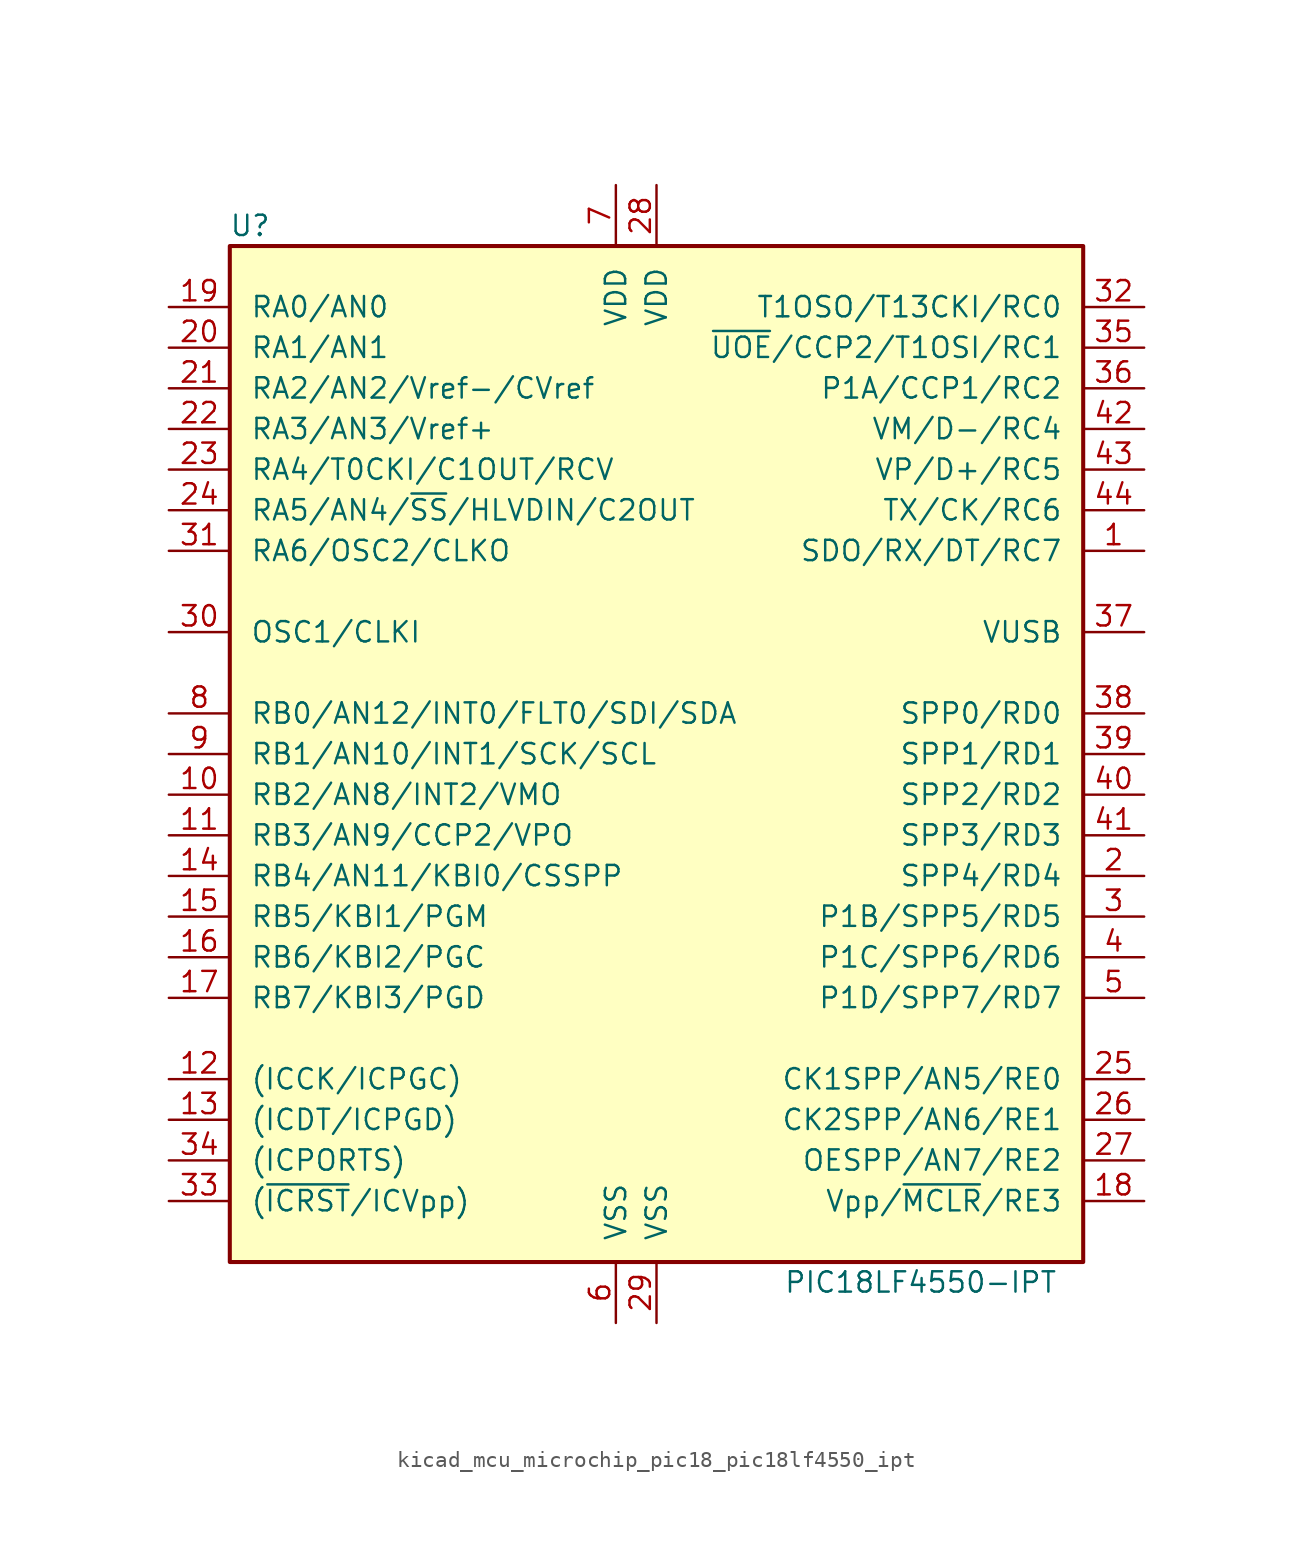
<source format=kicad_sym>
(kicad_symbol_lib
  (version 20220914)
  (generator kicad_symbol_editor)
  (symbol "kicad_mcu_microchip_pic18_pic18lf4550_ipt"
    (pin_names
      (offset 1.27))
    (property "Reference" "U"
      (at -25.4 33.02 0)
      (effects (font (size 1.27 1.27))))
    (property "Value" "PIC18LF4550-IPT"
      (at 16.51 -33.02 0)
      (effects (font (size 1.27 1.27))))
    (symbol "kicad_mcu_microchip_pic18_pic18lf4550_ipt_0_1"
      (rectangle (start -26.67 31.75) (end 26.67 -31.75) (stroke (width 0.254) (type default)) (fill (type background))))
    (symbol "kicad_mcu_microchip_pic18_pic18lf4550_ipt_1_1"
      (pin bidirectional line (at 30.48 12.7 180) (length 3.81) (name "SDO/RX/DT/RC7" (effects (font (size 1.27 1.27)))) (number "1" (effects (font (size 1.27 1.27)))))
      (pin bidirectional line (at -30.48 -2.54 0) (length 3.81) (name "RB2/AN8/INT2/VMO" (effects (font (size 1.27 1.27)))) (number "10" (effects (font (size 1.27 1.27)))))
      (pin bidirectional line (at -30.48 -5.08 0) (length 3.81) (name "RB3/AN9/CCP2/VPO" (effects (font (size 1.27 1.27)))) (number "11" (effects (font (size 1.27 1.27)))))
      (pin bidirectional line (at -30.48 -20.32 0) (length 3.81) (name "(ICCK/ICPGC)" (effects (font (size 1.27 1.27)))) (number "12" (effects (font (size 1.27 1.27)))))
      (pin bidirectional line (at -30.48 -22.86 0) (length 3.81) (name "(ICDT/ICPGD)" (effects (font (size 1.27 1.27)))) (number "13" (effects (font (size 1.27 1.27)))))
      (pin bidirectional line (at -30.48 -7.62 0) (length 3.81) (name "RB4/AN11/KBI0/CSSPP" (effects (font (size 1.27 1.27)))) (number "14" (effects (font (size 1.27 1.27)))))
      (pin bidirectional line (at -30.48 -10.16 0) (length 3.81) (name "RB5/KBI1/PGM" (effects (font (size 1.27 1.27)))) (number "15" (effects (font (size 1.27 1.27)))))
      (pin bidirectional line (at -30.48 -12.7 0) (length 3.81) (name "RB6/KBI2/PGC" (effects (font (size 1.27 1.27)))) (number "16" (effects (font (size 1.27 1.27)))))
      (pin bidirectional line (at -30.48 -15.24 0) (length 3.81) (name "RB7/KBI3/PGD" (effects (font (size 1.27 1.27)))) (number "17" (effects (font (size 1.27 1.27)))))
      (pin input line (at 30.48 -27.94 180) (length 3.81) (name "Vpp/~{MCLR}/RE3" (effects (font (size 1.27 1.27)))) (number "18" (effects (font (size 1.27 1.27)))))
      (pin bidirectional line (at -30.48 27.94 0) (length 3.81) (name "RA0/AN0" (effects (font (size 1.27 1.27)))) (number "19" (effects (font (size 1.27 1.27)))))
      (pin bidirectional line (at 30.48 -7.62 180) (length 3.81) (name "SPP4/RD4" (effects (font (size 1.27 1.27)))) (number "2" (effects (font (size 1.27 1.27)))))
      (pin bidirectional line (at -30.48 25.4 0) (length 3.81) (name "RA1/AN1" (effects (font (size 1.27 1.27)))) (number "20" (effects (font (size 1.27 1.27)))))
      (pin bidirectional line (at -30.48 22.86 0) (length 3.81) (name "RA2/AN2/Vref-/CVref" (effects (font (size 1.27 1.27)))) (number "21" (effects (font (size 1.27 1.27)))))
      (pin bidirectional line (at -30.48 20.32 0) (length 3.81) (name "RA3/AN3/Vref+" (effects (font (size 1.27 1.27)))) (number "22" (effects (font (size 1.27 1.27)))))
      (pin bidirectional line (at -30.48 17.78 0) (length 3.81) (name "RA4/T0CKI/C1OUT/RCV" (effects (font (size 1.27 1.27)))) (number "23" (effects (font (size 1.27 1.27)))))
      (pin bidirectional line (at -30.48 15.24 0) (length 3.81) (name "RA5/AN4/~{SS}/HLVDIN/C2OUT" (effects (font (size 1.27 1.27)))) (number "24" (effects (font (size 1.27 1.27)))))
      (pin bidirectional line (at 30.48 -20.32 180) (length 3.81) (name "CK1SPP/AN5/RE0" (effects (font (size 1.27 1.27)))) (number "25" (effects (font (size 1.27 1.27)))))
      (pin bidirectional line (at 30.48 -22.86 180) (length 3.81) (name "CK2SPP/AN6/RE1" (effects (font (size 1.27 1.27)))) (number "26" (effects (font (size 1.27 1.27)))))
      (pin bidirectional line (at 30.48 -25.4 180) (length 3.81) (name "OESPP/AN7/RE2" (effects (font (size 1.27 1.27)))) (number "27" (effects (font (size 1.27 1.27)))))
      (pin power_in line (at 0 35.56 270) (length 3.81) (name "VDD" (effects (font (size 1.27 1.27)))) (number "28" (effects (font (size 1.27 1.27)))))
      (pin power_in line (at 0 -35.56 90) (length 3.81) (name "VSS" (effects (font (size 1.27 1.27)))) (number "29" (effects (font (size 1.27 1.27)))))
      (pin bidirectional line (at 30.48 -10.16 180) (length 3.81) (name "P1B/SPP5/RD5" (effects (font (size 1.27 1.27)))) (number "3" (effects (font (size 1.27 1.27)))))
      (pin input line (at -30.48 7.62 0) (length 3.81) (name "OSC1/CLKI" (effects (font (size 1.27 1.27)))) (number "30" (effects (font (size 1.27 1.27)))))
      (pin output line (at -30.48 12.7 0) (length 3.81) (name "RA6/OSC2/CLKO" (effects (font (size 1.27 1.27)))) (number "31" (effects (font (size 1.27 1.27)))))
      (pin bidirectional line (at 30.48 27.94 180) (length 3.81) (name "T1OSO/T13CKI/RC0" (effects (font (size 1.27 1.27)))) (number "32" (effects (font (size 1.27 1.27)))))
      (pin input line (at -30.48 -27.94 0) (length 3.81) (name "(~{ICRST}/ICVpp)" (effects (font (size 1.27 1.27)))) (number "33" (effects (font (size 1.27 1.27)))))
      (pin bidirectional line (at -30.48 -25.4 0) (length 3.81) (name "(ICPORTS)" (effects (font (size 1.27 1.27)))) (number "34" (effects (font (size 1.27 1.27)))))
      (pin bidirectional line (at 30.48 25.4 180) (length 3.81) (name "~{UOE}/CCP2/T1OSI/RC1" (effects (font (size 1.27 1.27)))) (number "35" (effects (font (size 1.27 1.27)))))
      (pin bidirectional line (at 30.48 22.86 180) (length 3.81) (name "P1A/CCP1/RC2" (effects (font (size 1.27 1.27)))) (number "36" (effects (font (size 1.27 1.27)))))
      (pin bidirectional line (at 30.48 7.62 180) (length 3.81) (name "VUSB" (effects (font (size 1.27 1.27)))) (number "37" (effects (font (size 1.27 1.27)))))
      (pin bidirectional line (at 30.48 2.54 180) (length 3.81) (name "SPP0/RD0" (effects (font (size 1.27 1.27)))) (number "38" (effects (font (size 1.27 1.27)))))
      (pin bidirectional line (at 30.48 0 180) (length 3.81) (name "SPP1/RD1" (effects (font (size 1.27 1.27)))) (number "39" (effects (font (size 1.27 1.27)))))
      (pin bidirectional line (at 30.48 -12.7 180) (length 3.81) (name "P1C/SPP6/RD6" (effects (font (size 1.27 1.27)))) (number "4" (effects (font (size 1.27 1.27)))))
      (pin bidirectional line (at 30.48 -2.54 180) (length 3.81) (name "SPP2/RD2" (effects (font (size 1.27 1.27)))) (number "40" (effects (font (size 1.27 1.27)))))
      (pin bidirectional line (at 30.48 -5.08 180) (length 3.81) (name "SPP3/RD3" (effects (font (size 1.27 1.27)))) (number "41" (effects (font (size 1.27 1.27)))))
      (pin bidirectional line (at 30.48 20.32 180) (length 3.81) (name "VM/D-/RC4" (effects (font (size 1.27 1.27)))) (number "42" (effects (font (size 1.27 1.27)))))
      (pin bidirectional line (at 30.48 17.78 180) (length 3.81) (name "VP/D+/RC5" (effects (font (size 1.27 1.27)))) (number "43" (effects (font (size 1.27 1.27)))))
      (pin bidirectional line (at 30.48 15.24 180) (length 3.81) (name "TX/CK/RC6" (effects (font (size 1.27 1.27)))) (number "44" (effects (font (size 1.27 1.27)))))
      (pin bidirectional line (at 30.48 -15.24 180) (length 3.81) (name "P1D/SPP7/RD7" (effects (font (size 1.27 1.27)))) (number "5" (effects (font (size 1.27 1.27)))))
      (pin power_in line (at -2.54 -35.56 90) (length 3.81) (name "VSS" (effects (font (size 1.27 1.27)))) (number "6" (effects (font (size 1.27 1.27)))))
      (pin power_in line (at -2.54 35.56 270) (length 3.81) (name "VDD" (effects (font (size 1.27 1.27)))) (number "7" (effects (font (size 1.27 1.27)))))
      (pin bidirectional line (at -30.48 2.54 0) (length 3.81) (name "RB0/AN12/INT0/FLT0/SDI/SDA" (effects (font (size 1.27 1.27)))) (number "8" (effects (font (size 1.27 1.27)))))
      (pin bidirectional line (at -30.48 0 0) (length 3.81) (name "RB1/AN10/INT1/SCK/SCL" (effects (font (size 1.27 1.27)))) (number "9" (effects (font (size 1.27 1.27))))))))
</source>
